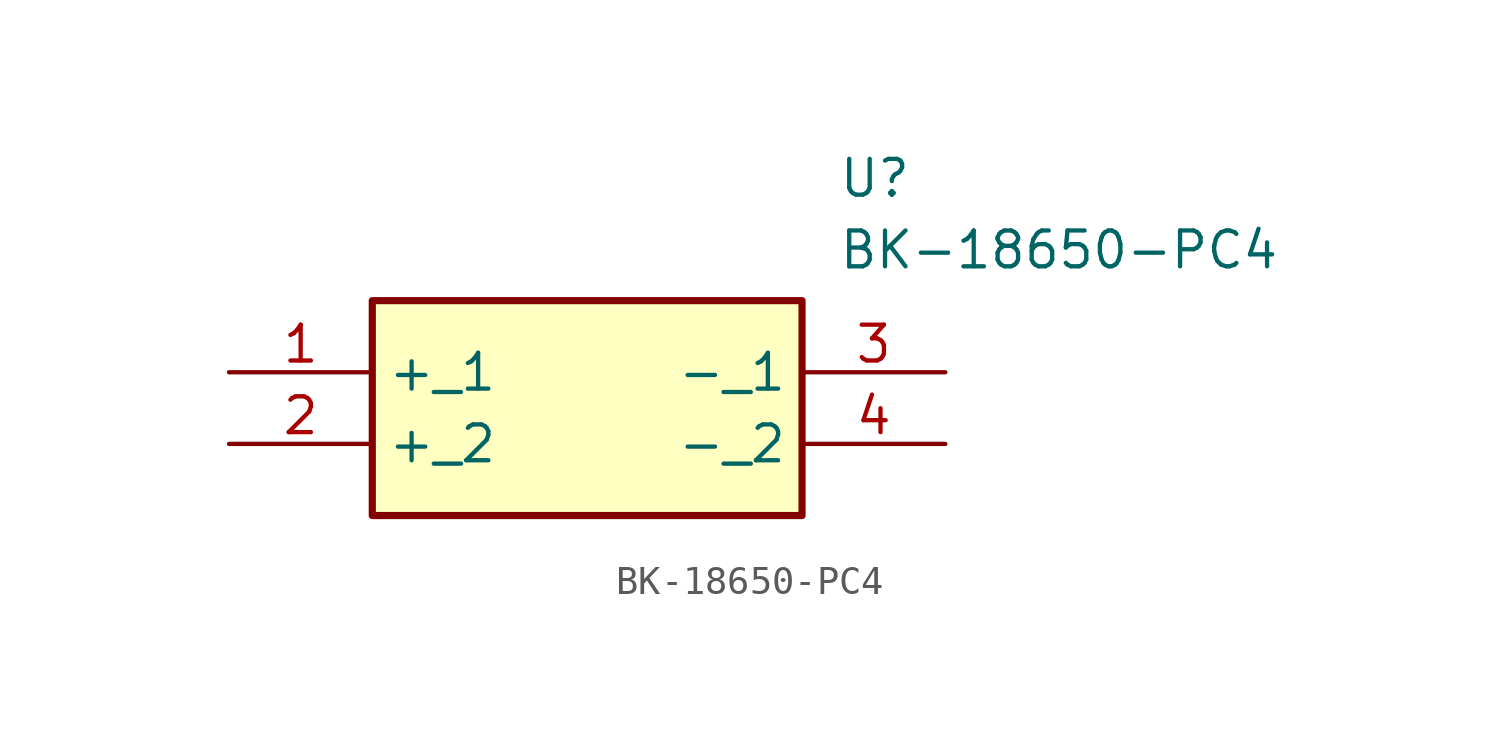
<source format=kicad_sym>
(kicad_symbol_lib
  (version 20211014)
  (generator SamacSys_ECAD_Model)
  (symbol "BK-18650-PC4"
    (property "Reference" "U"
      (at 21.59 7.62 0)
      (effects (font (size 1.27 1.27)) (justify left top)))
    (property "Value" "BK-18650-PC4"
      (at 21.59 5.08 0)
      (effects (font (size 1.27 1.27)) (justify left top)))
    (rectangle
      (start 5.08 2.54)
      (end 20.32 -5.08)
      (stroke (width 0.254) (type default))
      (fill (type background)))
    (pin passive line
      (at 0 0 0)
      (length 5.08)
      (name "+_1" (effects (font (size 1.27 1.27))))
      (number "1" (effects (font (size 1.27 1.27)))))
    (pin passive line
      (at 0 -2.54 0)
      (length 5.08)
      (name "+_2" (effects (font (size 1.27 1.27))))
      (number "2" (effects (font (size 1.27 1.27)))))
    (pin passive line
      (at 25.4 0 180)
      (length 5.08)
      (name "-_1" (effects (font (size 1.27 1.27))))
      (number "3" (effects (font (size 1.27 1.27)))))
    (pin passive line
      (at 25.4 -2.54 180)
      (length 5.08)
      (name "-_2" (effects (font (size 1.27 1.27))))
      (number "4" (effects (font (size 1.27 1.27)))))))
</source>
